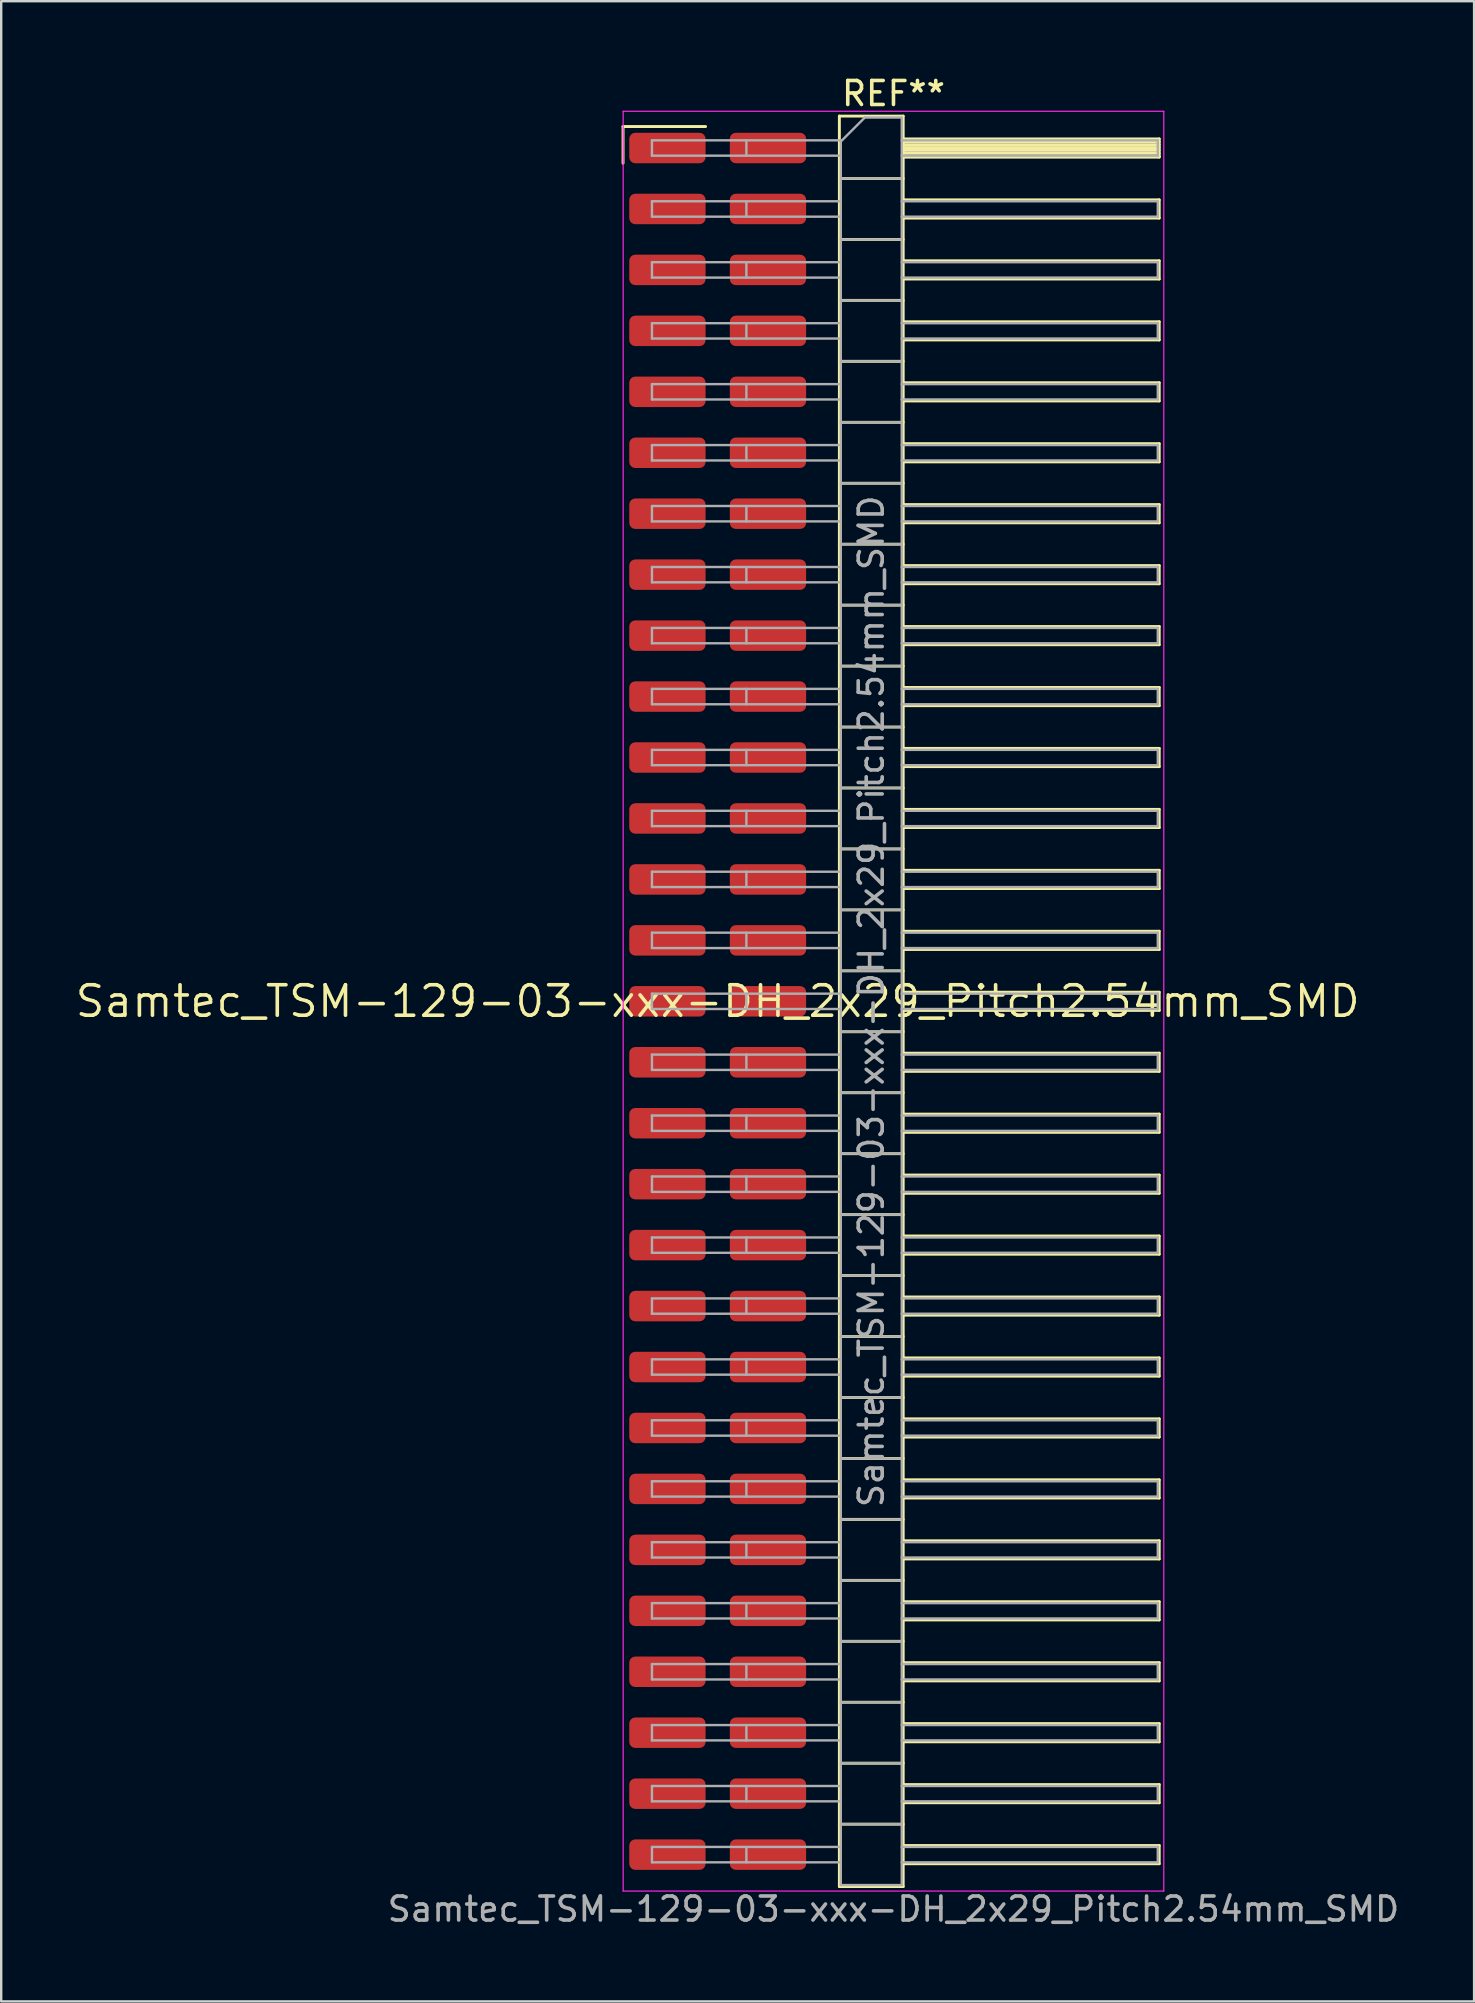
<source format=kicad_pcb>
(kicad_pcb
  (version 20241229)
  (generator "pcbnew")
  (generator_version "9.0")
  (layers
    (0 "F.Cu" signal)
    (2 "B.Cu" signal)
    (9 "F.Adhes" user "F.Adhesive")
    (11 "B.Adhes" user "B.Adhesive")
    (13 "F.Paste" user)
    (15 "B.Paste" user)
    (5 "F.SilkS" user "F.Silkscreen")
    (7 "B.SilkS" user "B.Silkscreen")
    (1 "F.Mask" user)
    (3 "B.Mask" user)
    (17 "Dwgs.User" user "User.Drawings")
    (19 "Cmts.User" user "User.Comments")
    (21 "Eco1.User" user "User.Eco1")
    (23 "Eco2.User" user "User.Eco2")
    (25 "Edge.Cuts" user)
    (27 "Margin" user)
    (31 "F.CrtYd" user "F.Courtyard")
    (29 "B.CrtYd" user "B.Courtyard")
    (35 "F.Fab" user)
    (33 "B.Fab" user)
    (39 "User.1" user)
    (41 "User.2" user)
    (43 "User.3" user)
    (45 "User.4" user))
  (footprint "Samtec_TSM-129-03-xxx-DH_2x29_Pitch2.54mm_SMD"
    (layer "F.Cu")
    (at 26.859 38.678)
    (property "Reference" "Samtec_TSM-129-03-xxx-DH_2x29_Pitch2.54mm_SMD" (at 0 0 0) (layer "F.SilkS") (effects (font (size 1.27 1.27) (thickness 0.15))))
    (attr smd)
    (fp_line (start -3.945 -36.455) (end -0.505 -36.455) (stroke (width 0.12) (type solid)) (layer "F.SilkS"))
    (fp_line (start -3.945 -34.925) (end -3.945 -36.455) (stroke (width 0.12) (type solid)) (layer "F.SilkS"))
    (fp_line (start 5.07 -36.89) (end 7.73 -36.89) (stroke (width 0.12) (type solid)) (layer "F.SilkS"))
    (fp_line (start 5.07 -34.29) (end 7.73 -34.29) (stroke (width 0.12) (type solid)) (layer "F.SilkS"))
    (fp_line (start 5.07 -31.75) (end 7.73 -31.75) (stroke (width 0.12) (type solid)) (layer "F.SilkS"))
    (fp_line (start 5.07 -29.21) (end 7.73 -29.21) (stroke (width 0.12) (type solid)) (layer "F.SilkS"))
    (fp_line (start 5.07 -26.67) (end 7.73 -26.67) (stroke (width 0.12) (type solid)) (layer "F.SilkS"))
    (fp_line (start 5.07 -24.13) (end 7.73 -24.13) (stroke (width 0.12) (type solid)) (layer "F.SilkS"))
    (fp_line (start 5.07 -21.59) (end 7.73 -21.59) (stroke (width 0.12) (type solid)) (layer "F.SilkS"))
    (fp_line (start 5.07 -19.05) (end 7.73 -19.05) (stroke (width 0.12) (type solid)) (layer "F.SilkS"))
    (fp_line (start 5.07 -16.51) (end 7.73 -16.51) (stroke (width 0.12) (type solid)) (layer "F.SilkS"))
    (fp_line (start 5.07 -13.97) (end 7.73 -13.97) (stroke (width 0.12) (type solid)) (layer "F.SilkS"))
    (fp_line (start 5.07 -11.43) (end 7.73 -11.43) (stroke (width 0.12) (type solid)) (layer "F.SilkS"))
    (fp_line (start 5.07 -8.89) (end 7.73 -8.89) (stroke (width 0.12) (type solid)) (layer "F.SilkS"))
    (fp_line (start 5.07 -6.35) (end 7.73 -6.35) (stroke (width 0.12) (type solid)) (layer "F.SilkS"))
    (fp_line (start 5.07 -3.81) (end 7.73 -3.81) (stroke (width 0.12) (type solid)) (layer "F.SilkS"))
    (fp_line (start 5.07 -1.27) (end 7.73 -1.27) (stroke (width 0.12) (type solid)) (layer "F.SilkS"))
    (fp_line (start 5.07 1.27) (end 7.73 1.27) (stroke (width 0.12) (type solid)) (layer "F.SilkS"))
    (fp_line (start 5.07 3.81) (end 7.73 3.81) (stroke (width 0.12) (type solid)) (layer "F.SilkS"))
    (fp_line (start 5.07 6.35) (end 7.73 6.35) (stroke (width 0.12) (type solid)) (layer "F.SilkS"))
    (fp_line (start 5.07 8.89) (end 7.73 8.89) (stroke (width 0.12) (type solid)) (layer "F.SilkS"))
    (fp_line (start 5.07 11.43) (end 7.73 11.43) (stroke (width 0.12) (type solid)) (layer "F.SilkS"))
    (fp_line (start 5.07 13.97) (end 7.73 13.97) (stroke (width 0.12) (type solid)) (layer "F.SilkS"))
    (fp_line (start 5.07 16.51) (end 7.73 16.51) (stroke (width 0.12) (type solid)) (layer "F.SilkS"))
    (fp_line (start 5.07 19.05) (end 7.73 19.05) (stroke (width 0.12) (type solid)) (layer "F.SilkS"))
    (fp_line (start 5.07 21.59) (end 7.73 21.59) (stroke (width 0.12) (type solid)) (layer "F.SilkS"))
    (fp_line (start 5.07 24.13) (end 7.73 24.13) (stroke (width 0.12) (type solid)) (layer "F.SilkS"))
    (fp_line (start 5.07 26.67) (end 7.73 26.67) (stroke (width 0.12) (type solid)) (layer "F.SilkS"))
    (fp_line (start 5.07 29.21) (end 7.73 29.21) (stroke (width 0.12) (type solid)) (layer "F.SilkS"))
    (fp_line (start 5.07 31.75) (end 7.73 31.75) (stroke (width 0.12) (type solid)) (layer "F.SilkS"))
    (fp_line (start 5.07 34.29) (end 7.73 34.29) (stroke (width 0.12) (type solid)) (layer "F.SilkS"))
    (fp_line (start 5.07 36.89) (end 5.07 -36.89) (stroke (width 0.12) (type solid)) (layer "F.SilkS"))
    (fp_line (start 7.73 -36.89) (end 7.73 36.89) (stroke (width 0.12) (type solid)) (layer "F.SilkS"))
    (fp_line (start 7.73 -35.94) (end 18.4 -35.94) (stroke (width 0.12) (type solid)) (layer "F.SilkS"))
    (fp_line (start 7.73 -35.82) (end 18.4 -35.82) (stroke (width 0.12) (type solid)) (layer "F.SilkS"))
    (fp_line (start 7.73 -35.7) (end 18.4 -35.7) (stroke (width 0.12) (type solid)) (layer "F.SilkS"))
    (fp_line (start 7.73 -35.58) (end 18.4 -35.58) (stroke (width 0.12) (type solid)) (layer "F.SilkS"))
    (fp_line (start 7.73 -35.46) (end 18.4 -35.46) (stroke (width 0.12) (type solid)) (layer "F.SilkS"))
    (fp_line (start 7.73 -35.34) (end 18.4 -35.34) (stroke (width 0.12) (type solid)) (layer "F.SilkS"))
    (fp_line (start 7.73 -35.22) (end 18.4 -35.22) (stroke (width 0.12) (type solid)) (layer "F.SilkS"))
    (fp_line (start 7.73 -35.18) (end 18.4 -35.18) (stroke (width 0.12) (type solid)) (layer "F.SilkS"))
    (fp_line (start 7.73 -33.4) (end 18.4 -33.4) (stroke (width 0.12) (type solid)) (layer "F.SilkS"))
    (fp_line (start 7.73 -32.64) (end 18.4 -32.64) (stroke (width 0.12) (type solid)) (layer "F.SilkS"))
    (fp_line (start 7.73 -30.86) (end 18.4 -30.86) (stroke (width 0.12) (type solid)) (layer "F.SilkS"))
    (fp_line (start 7.73 -30.1) (end 18.4 -30.1) (stroke (width 0.12) (type solid)) (layer "F.SilkS"))
    (fp_line (start 7.73 -28.32) (end 18.4 -28.32) (stroke (width 0.12) (type solid)) (layer "F.SilkS"))
    (fp_line (start 7.73 -27.56) (end 18.4 -27.56) (stroke (width 0.12) (type solid)) (layer "F.SilkS"))
    (fp_line (start 7.73 -25.78) (end 18.4 -25.78) (stroke (width 0.12) (type solid)) (layer "F.SilkS"))
    (fp_line (start 7.73 -25.02) (end 18.4 -25.02) (stroke (width 0.12) (type solid)) (layer "F.SilkS"))
    (fp_line (start 7.73 -23.24) (end 18.4 -23.24) (stroke (width 0.12) (type solid)) (layer "F.SilkS"))
    (fp_line (start 7.73 -22.48) (end 18.4 -22.48) (stroke (width 0.12) (type solid)) (layer "F.SilkS"))
    (fp_line (start 7.73 -20.7) (end 18.4 -20.7) (stroke (width 0.12) (type solid)) (layer "F.SilkS"))
    (fp_line (start 7.73 -19.94) (end 18.4 -19.94) (stroke (width 0.12) (type solid)) (layer "F.SilkS"))
    (fp_line (start 7.73 -18.16) (end 18.4 -18.16) (stroke (width 0.12) (type solid)) (layer "F.SilkS"))
    (fp_line (start 7.73 -17.4) (end 18.4 -17.4) (stroke (width 0.12) (type solid)) (layer "F.SilkS"))
    (fp_line (start 7.73 -15.62) (end 18.4 -15.62) (stroke (width 0.12) (type solid)) (layer "F.SilkS"))
    (fp_line (start 7.73 -14.86) (end 18.4 -14.86) (stroke (width 0.12) (type solid)) (layer "F.SilkS"))
    (fp_line (start 7.73 -13.08) (end 18.4 -13.08) (stroke (width 0.12) (type solid)) (layer "F.SilkS"))
    (fp_line (start 7.73 -12.32) (end 18.4 -12.32) (stroke (width 0.12) (type solid)) (layer "F.SilkS"))
    (fp_line (start 7.73 -10.54) (end 18.4 -10.54) (stroke (width 0.12) (type solid)) (layer "F.SilkS"))
    (fp_line (start 7.73 -9.78) (end 18.4 -9.78) (stroke (width 0.12) (type solid)) (layer "F.SilkS"))
    (fp_line (start 7.73 -8) (end 18.4 -8) (stroke (width 0.12) (type solid)) (layer "F.SilkS"))
    (fp_line (start 7.73 -7.24) (end 18.4 -7.24) (stroke (width 0.12) (type solid)) (layer "F.SilkS"))
    (fp_line (start 7.73 -5.46) (end 18.4 -5.46) (stroke (width 0.12) (type solid)) (layer "F.SilkS"))
    (fp_line (start 7.73 -4.7) (end 18.4 -4.7) (stroke (width 0.12) (type solid)) (layer "F.SilkS"))
    (fp_line (start 7.73 -2.92) (end 18.4 -2.92) (stroke (width 0.12) (type solid)) (layer "F.SilkS"))
    (fp_line (start 7.73 -2.16) (end 18.4 -2.16) (stroke (width 0.12) (type solid)) (layer "F.SilkS"))
    (fp_line (start 7.73 -0.38) (end 18.4 -0.38) (stroke (width 0.12) (type solid)) (layer "F.SilkS"))
    (fp_line (start 7.73 0.38) (end 18.4 0.38) (stroke (width 0.12) (type solid)) (layer "F.SilkS"))
    (fp_line (start 7.73 2.16) (end 18.4 2.16) (stroke (width 0.12) (type solid)) (layer "F.SilkS"))
    (fp_line (start 7.73 2.92) (end 18.4 2.92) (stroke (width 0.12) (type solid)) (layer "F.SilkS"))
    (fp_line (start 7.73 4.7) (end 18.4 4.7) (stroke (width 0.12) (type solid)) (layer "F.SilkS"))
    (fp_line (start 7.73 5.46) (end 18.4 5.46) (stroke (width 0.12) (type solid)) (layer "F.SilkS"))
    (fp_line (start 7.73 7.24) (end 18.4 7.24) (stroke (width 0.12) (type solid)) (layer "F.SilkS"))
    (fp_line (start 7.73 8) (end 18.4 8) (stroke (width 0.12) (type solid)) (layer "F.SilkS"))
    (fp_line (start 7.73 9.78) (end 18.4 9.78) (stroke (width 0.12) (type solid)) (layer "F.SilkS"))
    (fp_line (start 7.73 10.54) (end 18.4 10.54) (stroke (width 0.12) (type solid)) (layer "F.SilkS"))
    (fp_line (start 7.73 12.32) (end 18.4 12.32) (stroke (width 0.12) (type solid)) (layer "F.SilkS"))
    (fp_line (start 7.73 13.08) (end 18.4 13.08) (stroke (width 0.12) (type solid)) (layer "F.SilkS"))
    (fp_line (start 7.73 14.86) (end 18.4 14.86) (stroke (width 0.12) (type solid)) (layer "F.SilkS"))
    (fp_line (start 7.73 15.62) (end 18.4 15.62) (stroke (width 0.12) (type solid)) (layer "F.SilkS"))
    (fp_line (start 7.73 17.4) (end 18.4 17.4) (stroke (width 0.12) (type solid)) (layer "F.SilkS"))
    (fp_line (start 7.73 18.16) (end 18.4 18.16) (stroke (width 0.12) (type solid)) (layer "F.SilkS"))
    (fp_line (start 7.73 19.94) (end 18.4 19.94) (stroke (width 0.12) (type solid)) (layer "F.SilkS"))
    (fp_line (start 7.73 20.7) (end 18.4 20.7) (stroke (width 0.12) (type solid)) (layer "F.SilkS"))
    (fp_line (start 7.73 22.48) (end 18.4 22.48) (stroke (width 0.12) (type solid)) (layer "F.SilkS"))
    (fp_line (start 7.73 23.24) (end 18.4 23.24) (stroke (width 0.12) (type solid)) (layer "F.SilkS"))
    (fp_line (start 7.73 25.02) (end 18.4 25.02) (stroke (width 0.12) (type solid)) (layer "F.SilkS"))
    (fp_line (start 7.73 25.78) (end 18.4 25.78) (stroke (width 0.12) (type solid)) (layer "F.SilkS"))
    (fp_line (start 7.73 27.56) (end 18.4 27.56) (stroke (width 0.12) (type solid)) (layer "F.SilkS"))
    (fp_line (start 7.73 28.32) (end 18.4 28.32) (stroke (width 0.12) (type solid)) (layer "F.SilkS"))
    (fp_line (start 7.73 30.1) (end 18.4 30.1) (stroke (width 0.12) (type solid)) (layer "F.SilkS"))
    (fp_line (start 7.73 30.86) (end 18.4 30.86) (stroke (width 0.12) (type solid)) (layer "F.SilkS"))
    (fp_line (start 7.73 32.64) (end 18.4 32.64) (stroke (width 0.12) (type solid)) (layer "F.SilkS"))
    (fp_line (start 7.73 33.4) (end 18.4 33.4) (stroke (width 0.12) (type solid)) (layer "F.SilkS"))
    (fp_line (start 7.73 35.18) (end 18.4 35.18) (stroke (width 0.12) (type solid)) (layer "F.SilkS"))
    (fp_line (start 7.73 35.94) (end 18.4 35.94) (stroke (width 0.12) (type solid)) (layer "F.SilkS"))
    (fp_line (start 7.73 36.89) (end 5.07 36.89) (stroke (width 0.12) (type solid)) (layer "F.SilkS"))
    (fp_line (start 18.4 -35.94) (end 18.4 -35.18) (stroke (width 0.12) (type solid)) (layer "F.SilkS"))
    (fp_line (start 18.4 -33.4) (end 18.4 -32.64) (stroke (width 0.12) (type solid)) (layer "F.SilkS"))
    (fp_line (start 18.4 -30.86) (end 18.4 -30.1) (stroke (width 0.12) (type solid)) (layer "F.SilkS"))
    (fp_line (start 18.4 -28.32) (end 18.4 -27.56) (stroke (width 0.12) (type solid)) (layer "F.SilkS"))
    (fp_line (start 18.4 -25.78) (end 18.4 -25.02) (stroke (width 0.12) (type solid)) (layer "F.SilkS"))
    (fp_line (start 18.4 -23.24) (end 18.4 -22.48) (stroke (width 0.12) (type solid)) (layer "F.SilkS"))
    (fp_line (start 18.4 -20.7) (end 18.4 -19.94) (stroke (width 0.12) (type solid)) (layer "F.SilkS"))
    (fp_line (start 18.4 -18.16) (end 18.4 -17.4) (stroke (width 0.12) (type solid)) (layer "F.SilkS"))
    (fp_line (start 18.4 -15.62) (end 18.4 -14.86) (stroke (width 0.12) (type solid)) (layer "F.SilkS"))
    (fp_line (start 18.4 -13.08) (end 18.4 -12.32) (stroke (width 0.12) (type solid)) (layer "F.SilkS"))
    (fp_line (start 18.4 -10.54) (end 18.4 -9.78) (stroke (width 0.12) (type solid)) (layer "F.SilkS"))
    (fp_line (start 18.4 -8) (end 18.4 -7.24) (stroke (width 0.12) (type solid)) (layer "F.SilkS"))
    (fp_line (start 18.4 -5.46) (end 18.4 -4.7) (stroke (width 0.12) (type solid)) (layer "F.SilkS"))
    (fp_line (start 18.4 -2.92) (end 18.4 -2.16) (stroke (width 0.12) (type solid)) (layer "F.SilkS"))
    (fp_line (start 18.4 -0.38) (end 18.4 0.38) (stroke (width 0.12) (type solid)) (layer "F.SilkS"))
    (fp_line (start 18.4 2.16) (end 18.4 2.92) (stroke (width 0.12) (type solid)) (layer "F.SilkS"))
    (fp_line (start 18.4 4.7) (end 18.4 5.46) (stroke (width 0.12) (type solid)) (layer "F.SilkS"))
    (fp_line (start 18.4 7.24) (end 18.4 8) (stroke (width 0.12) (type solid)) (layer "F.SilkS"))
    (fp_line (start 18.4 9.78) (end 18.4 10.54) (stroke (width 0.12) (type solid)) (layer "F.SilkS"))
    (fp_line (start 18.4 12.32) (end 18.4 13.08) (stroke (width 0.12) (type solid)) (layer "F.SilkS"))
    (fp_line (start 18.4 14.86) (end 18.4 15.62) (stroke (width 0.12) (type solid)) (layer "F.SilkS"))
    (fp_line (start 18.4 17.4) (end 18.4 18.16) (stroke (width 0.12) (type solid)) (layer "F.SilkS"))
    (fp_line (start 18.4 19.94) (end 18.4 20.7) (stroke (width 0.12) (type solid)) (layer "F.SilkS"))
    (fp_line (start 18.4 22.48) (end 18.4 23.24) (stroke (width 0.12) (type solid)) (layer "F.SilkS"))
    (fp_line (start 18.4 25.02) (end 18.4 25.78) (stroke (width 0.12) (type solid)) (layer "F.SilkS"))
    (fp_line (start 18.4 27.56) (end 18.4 28.32) (stroke (width 0.12) (type solid)) (layer "F.SilkS"))
    (fp_line (start 18.4 30.1) (end 18.4 30.86) (stroke (width 0.12) (type solid)) (layer "F.SilkS"))
    (fp_line (start 18.4 32.64) (end 18.4 33.4) (stroke (width 0.12) (type solid)) (layer "F.SilkS"))
    (fp_line (start 18.4 35.18) (end 18.4 35.94) (stroke (width 0.12) (type solid)) (layer "F.SilkS"))
    (fp_line (start -3.94 -37.09) (end 18.59 -37.09) (stroke (width 0.05) (type solid)) (layer "F.CrtYd"))
    (fp_line (start -3.94 37.08) (end -3.94 -37.09) (stroke (width 0.05) (type solid)) (layer "F.CrtYd"))
    (fp_line (start 18.59 -37.09) (end 18.59 37.08) (stroke (width 0.05) (type solid)) (layer "F.CrtYd"))
    (fp_line (start 18.59 37.08) (end -3.94 37.08) (stroke (width 0.05) (type solid)) (layer "F.CrtYd"))
    (fp_line (start -2.74 -35.88) (end -2.74 -35.24) (stroke (width 0.1) (type solid)) (layer "F.Fab"))
    (fp_line (start -2.74 -35.88) (end 5.13 -35.88) (stroke (width 0.1) (type solid)) (layer "F.Fab"))
    (fp_line (start -2.74 -35.24) (end 5.13 -35.24) (stroke (width 0.1) (type solid)) (layer "F.Fab"))
    (fp_line (start -2.74 -33.34) (end -2.74 -32.7) (stroke (width 0.1) (type solid)) (layer "F.Fab"))
    (fp_line (start -2.74 -33.34) (end 5.13 -33.34) (stroke (width 0.1) (type solid)) (layer "F.Fab"))
    (fp_line (start -2.74 -32.7) (end 5.13 -32.7) (stroke (width 0.1) (type solid)) (layer "F.Fab"))
    (fp_line (start -2.74 -30.8) (end -2.74 -30.16) (stroke (width 0.1) (type solid)) (layer "F.Fab"))
    (fp_line (start -2.74 -30.8) (end 5.13 -30.8) (stroke (width 0.1) (type solid)) (layer "F.Fab"))
    (fp_line (start -2.74 -30.16) (end 5.13 -30.16) (stroke (width 0.1) (type solid)) (layer "F.Fab"))
    (fp_line (start -2.74 -28.26) (end -2.74 -27.62) (stroke (width 0.1) (type solid)) (layer "F.Fab"))
    (fp_line (start -2.74 -28.26) (end 5.13 -28.26) (stroke (width 0.1) (type solid)) (layer "F.Fab"))
    (fp_line (start -2.74 -27.62) (end 5.13 -27.62) (stroke (width 0.1) (type solid)) (layer "F.Fab"))
    (fp_line (start -2.74 -25.72) (end -2.74 -25.08) (stroke (width 0.1) (type solid)) (layer "F.Fab"))
    (fp_line (start -2.74 -25.72) (end 5.13 -25.72) (stroke (width 0.1) (type solid)) (layer "F.Fab"))
    (fp_line (start -2.74 -25.08) (end 5.13 -25.08) (stroke (width 0.1) (type solid)) (layer "F.Fab"))
    (fp_line (start -2.74 -23.18) (end -2.74 -22.54) (stroke (width 0.1) (type solid)) (layer "F.Fab"))
    (fp_line (start -2.74 -23.18) (end 5.13 -23.18) (stroke (width 0.1) (type solid)) (layer "F.Fab"))
    (fp_line (start -2.74 -22.54) (end 5.13 -22.54) (stroke (width 0.1) (type solid)) (layer "F.Fab"))
    (fp_line (start -2.74 -20.64) (end -2.74 -20) (stroke (width 0.1) (type solid)) (layer "F.Fab"))
    (fp_line (start -2.74 -20.64) (end 5.13 -20.64) (stroke (width 0.1) (type solid)) (layer "F.Fab"))
    (fp_line (start -2.74 -20) (end 5.13 -20) (stroke (width 0.1) (type solid)) (layer "F.Fab"))
    (fp_line (start -2.74 -18.1) (end -2.74 -17.46) (stroke (width 0.1) (type solid)) (layer "F.Fab"))
    (fp_line (start -2.74 -18.1) (end 5.13 -18.1) (stroke (width 0.1) (type solid)) (layer "F.Fab"))
    (fp_line (start -2.74 -17.46) (end 5.13 -17.46) (stroke (width 0.1) (type solid)) (layer "F.Fab"))
    (fp_line (start -2.74 -15.56) (end -2.74 -14.92) (stroke (width 0.1) (type solid)) (layer "F.Fab"))
    (fp_line (start -2.74 -15.56) (end 5.13 -15.56) (stroke (width 0.1) (type solid)) (layer "F.Fab"))
    (fp_line (start -2.74 -14.92) (end 5.13 -14.92) (stroke (width 0.1) (type solid)) (layer "F.Fab"))
    (fp_line (start -2.74 -13.02) (end -2.74 -12.38) (stroke (width 0.1) (type solid)) (layer "F.Fab"))
    (fp_line (start -2.74 -13.02) (end 5.13 -13.02) (stroke (width 0.1) (type solid)) (layer "F.Fab"))
    (fp_line (start -2.74 -12.38) (end 5.13 -12.38) (stroke (width 0.1) (type solid)) (layer "F.Fab"))
    (fp_line (start -2.74 -10.48) (end -2.74 -9.84) (stroke (width 0.1) (type solid)) (layer "F.Fab"))
    (fp_line (start -2.74 -10.48) (end 5.13 -10.48) (stroke (width 0.1) (type solid)) (layer "F.Fab"))
    (fp_line (start -2.74 -9.84) (end 5.13 -9.84) (stroke (width 0.1) (type solid)) (layer "F.Fab"))
    (fp_line (start -2.74 -7.94) (end -2.74 -7.3) (stroke (width 0.1) (type solid)) (layer "F.Fab"))
    (fp_line (start -2.74 -7.94) (end 5.13 -7.94) (stroke (width 0.1) (type solid)) (layer "F.Fab"))
    (fp_line (start -2.74 -7.3) (end 5.13 -7.3) (stroke (width 0.1) (type solid)) (layer "F.Fab"))
    (fp_line (start -2.74 -5.4) (end -2.74 -4.76) (stroke (width 0.1) (type solid)) (layer "F.Fab"))
    (fp_line (start -2.74 -5.4) (end 5.13 -5.4) (stroke (width 0.1) (type solid)) (layer "F.Fab"))
    (fp_line (start -2.74 -4.76) (end 5.13 -4.76) (stroke (width 0.1) (type solid)) (layer "F.Fab"))
    (fp_line (start -2.74 -2.86) (end -2.74 -2.22) (stroke (width 0.1) (type solid)) (layer "F.Fab"))
    (fp_line (start -2.74 -2.86) (end 5.13 -2.86) (stroke (width 0.1) (type solid)) (layer "F.Fab"))
    (fp_line (start -2.74 -2.22) (end 5.13 -2.22) (stroke (width 0.1) (type solid)) (layer "F.Fab"))
    (fp_line (start -2.74 -0.32) (end -2.74 0.32) (stroke (width 0.1) (type solid)) (layer "F.Fab"))
    (fp_line (start -2.74 -0.32) (end 5.13 -0.32) (stroke (width 0.1) (type solid)) (layer "F.Fab"))
    (fp_line (start -2.74 0.32) (end 5.13 0.32) (stroke (width 0.1) (type solid)) (layer "F.Fab"))
    (fp_line (start -2.74 2.22) (end -2.74 2.86) (stroke (width 0.1) (type solid)) (layer "F.Fab"))
    (fp_line (start -2.74 2.22) (end 5.13 2.22) (stroke (width 0.1) (type solid)) (layer "F.Fab"))
    (fp_line (start -2.74 2.86) (end 5.13 2.86) (stroke (width 0.1) (type solid)) (layer "F.Fab"))
    (fp_line (start -2.74 4.76) (end -2.74 5.4) (stroke (width 0.1) (type solid)) (layer "F.Fab"))
    (fp_line (start -2.74 4.76) (end 5.13 4.76) (stroke (width 0.1) (type solid)) (layer "F.Fab"))
    (fp_line (start -2.74 5.4) (end 5.13 5.4) (stroke (width 0.1) (type solid)) (layer "F.Fab"))
    (fp_line (start -2.74 7.3) (end -2.74 7.94) (stroke (width 0.1) (type solid)) (layer "F.Fab"))
    (fp_line (start -2.74 7.3) (end 5.13 7.3) (stroke (width 0.1) (type solid)) (layer "F.Fab"))
    (fp_line (start -2.74 7.94) (end 5.13 7.94) (stroke (width 0.1) (type solid)) (layer "F.Fab"))
    (fp_line (start -2.74 9.84) (end -2.74 10.48) (stroke (width 0.1) (type solid)) (layer "F.Fab"))
    (fp_line (start -2.74 9.84) (end 5.13 9.84) (stroke (width 0.1) (type solid)) (layer "F.Fab"))
    (fp_line (start -2.74 10.48) (end 5.13 10.48) (stroke (width 0.1) (type solid)) (layer "F.Fab"))
    (fp_line (start -2.74 12.38) (end -2.74 13.02) (stroke (width 0.1) (type solid)) (layer "F.Fab"))
    (fp_line (start -2.74 12.38) (end 5.13 12.38) (stroke (width 0.1) (type solid)) (layer "F.Fab"))
    (fp_line (start -2.74 13.02) (end 5.13 13.02) (stroke (width 0.1) (type solid)) (layer "F.Fab"))
    (fp_line (start -2.74 14.92) (end -2.74 15.56) (stroke (width 0.1) (type solid)) (layer "F.Fab"))
    (fp_line (start -2.74 14.92) (end 5.13 14.92) (stroke (width 0.1) (type solid)) (layer "F.Fab"))
    (fp_line (start -2.74 15.56) (end 5.13 15.56) (stroke (width 0.1) (type solid)) (layer "F.Fab"))
    (fp_line (start -2.74 17.46) (end -2.74 18.1) (stroke (width 0.1) (type solid)) (layer "F.Fab"))
    (fp_line (start -2.74 17.46) (end 5.13 17.46) (stroke (width 0.1) (type solid)) (layer "F.Fab"))
    (fp_line (start -2.74 18.1) (end 5.13 18.1) (stroke (width 0.1) (type solid)) (layer "F.Fab"))
    (fp_line (start -2.74 20) (end -2.74 20.64) (stroke (width 0.1) (type solid)) (layer "F.Fab"))
    (fp_line (start -2.74 20) (end 5.13 20) (stroke (width 0.1) (type solid)) (layer "F.Fab"))
    (fp_line (start -2.74 20.64) (end 5.13 20.64) (stroke (width 0.1) (type solid)) (layer "F.Fab"))
    (fp_line (start -2.74 22.54) (end -2.74 23.18) (stroke (width 0.1) (type solid)) (layer "F.Fab"))
    (fp_line (start -2.74 22.54) (end 5.13 22.54) (stroke (width 0.1) (type solid)) (layer "F.Fab"))
    (fp_line (start -2.74 23.18) (end 5.13 23.18) (stroke (width 0.1) (type solid)) (layer "F.Fab"))
    (fp_line (start -2.74 25.08) (end -2.74 25.72) (stroke (width 0.1) (type solid)) (layer "F.Fab"))
    (fp_line (start -2.74 25.08) (end 5.13 25.08) (stroke (width 0.1) (type solid)) (layer "F.Fab"))
    (fp_line (start -2.74 25.72) (end 5.13 25.72) (stroke (width 0.1) (type solid)) (layer "F.Fab"))
    (fp_line (start -2.74 27.62) (end -2.74 28.26) (stroke (width 0.1) (type solid)) (layer "F.Fab"))
    (fp_line (start -2.74 27.62) (end 5.13 27.62) (stroke (width 0.1) (type solid)) (layer "F.Fab"))
    (fp_line (start -2.74 28.26) (end 5.13 28.26) (stroke (width 0.1) (type solid)) (layer "F.Fab"))
    (fp_line (start -2.74 30.16) (end -2.74 30.8) (stroke (width 0.1) (type solid)) (layer "F.Fab"))
    (fp_line (start -2.74 30.16) (end 5.13 30.16) (stroke (width 0.1) (type solid)) (layer "F.Fab"))
    (fp_line (start -2.74 30.8) (end 5.13 30.8) (stroke (width 0.1) (type solid)) (layer "F.Fab"))
    (fp_line (start -2.74 32.7) (end -2.74 33.34) (stroke (width 0.1) (type solid)) (layer "F.Fab"))
    (fp_line (start -2.74 32.7) (end 5.13 32.7) (stroke (width 0.1) (type solid)) (layer "F.Fab"))
    (fp_line (start -2.74 33.34) (end 5.13 33.34) (stroke (width 0.1) (type solid)) (layer "F.Fab"))
    (fp_line (start -2.74 35.24) (end -2.74 35.88) (stroke (width 0.1) (type solid)) (layer "F.Fab"))
    (fp_line (start -2.74 35.24) (end 5.13 35.24) (stroke (width 0.1) (type solid)) (layer "F.Fab"))
    (fp_line (start -2.74 35.88) (end 5.13 35.88) (stroke (width 0.1) (type solid)) (layer "F.Fab"))
    (fp_line (start 1.195 -35.88) (end 1.195 -35.24) (stroke (width 0.1) (type solid)) (layer "F.Fab"))
    (fp_line (start 1.195 -33.34) (end 1.195 -32.7) (stroke (width 0.1) (type solid)) (layer "F.Fab"))
    (fp_line (start 1.195 -30.8) (end 1.195 -30.16) (stroke (width 0.1) (type solid)) (layer "F.Fab"))
    (fp_line (start 1.195 -28.26) (end 1.195 -27.62) (stroke (width 0.1) (type solid)) (layer "F.Fab"))
    (fp_line (start 1.195 -25.72) (end 1.195 -25.08) (stroke (width 0.1) (type solid)) (layer "F.Fab"))
    (fp_line (start 1.195 -23.18) (end 1.195 -22.54) (stroke (width 0.1) (type solid)) (layer "F.Fab"))
    (fp_line (start 1.195 -20.64) (end 1.195 -20) (stroke (width 0.1) (type solid)) (layer "F.Fab"))
    (fp_line (start 1.195 -18.1) (end 1.195 -17.46) (stroke (width 0.1) (type solid)) (layer "F.Fab"))
    (fp_line (start 1.195 -15.56) (end 1.195 -14.92) (stroke (width 0.1) (type solid)) (layer "F.Fab"))
    (fp_line (start 1.195 -13.02) (end 1.195 -12.38) (stroke (width 0.1) (type solid)) (layer "F.Fab"))
    (fp_line (start 1.195 -10.48) (end 1.195 -9.84) (stroke (width 0.1) (type solid)) (layer "F.Fab"))
    (fp_line (start 1.195 -7.94) (end 1.195 -7.3) (stroke (width 0.1) (type solid)) (layer "F.Fab"))
    (fp_line (start 1.195 -5.4) (end 1.195 -4.76) (stroke (width 0.1) (type solid)) (layer "F.Fab"))
    (fp_line (start 1.195 -2.86) (end 1.195 -2.22) (stroke (width 0.1) (type solid)) (layer "F.Fab"))
    (fp_line (start 1.195 -0.32) (end 1.195 0.32) (stroke (width 0.1) (type solid)) (layer "F.Fab"))
    (fp_line (start 1.195 2.22) (end 1.195 2.86) (stroke (width 0.1) (type solid)) (layer "F.Fab"))
    (fp_line (start 1.195 4.76) (end 1.195 5.4) (stroke (width 0.1) (type solid)) (layer "F.Fab"))
    (fp_line (start 1.195 7.3) (end 1.195 7.94) (stroke (width 0.1) (type solid)) (layer "F.Fab"))
    (fp_line (start 1.195 9.84) (end 1.195 10.48) (stroke (width 0.1) (type solid)) (layer "F.Fab"))
    (fp_line (start 1.195 12.38) (end 1.195 13.02) (stroke (width 0.1) (type solid)) (layer "F.Fab"))
    (fp_line (start 1.195 14.92) (end 1.195 15.56) (stroke (width 0.1) (type solid)) (layer "F.Fab"))
    (fp_line (start 1.195 17.46) (end 1.195 18.1) (stroke (width 0.1) (type solid)) (layer "F.Fab"))
    (fp_line (start 1.195 20) (end 1.195 20.64) (stroke (width 0.1) (type solid)) (layer "F.Fab"))
    (fp_line (start 1.195 22.54) (end 1.195 23.18) (stroke (width 0.1) (type solid)) (layer "F.Fab"))
    (fp_line (start 1.195 25.08) (end 1.195 25.72) (stroke (width 0.1) (type solid)) (layer "F.Fab"))
    (fp_line (start 1.195 27.62) (end 1.195 28.26) (stroke (width 0.1) (type solid)) (layer "F.Fab"))
    (fp_line (start 1.195 30.16) (end 1.195 30.8) (stroke (width 0.1) (type solid)) (layer "F.Fab"))
    (fp_line (start 1.195 32.7) (end 1.195 33.34) (stroke (width 0.1) (type solid)) (layer "F.Fab"))
    (fp_line (start 1.195 35.24) (end 1.195 35.88) (stroke (width 0.1) (type solid)) (layer "F.Fab"))
    (fp_line (start 5.13 -35.83) (end 6.13 -36.83) (stroke (width 0.1) (type solid)) (layer "F.Fab"))
    (fp_line (start 5.13 -34.29) (end 7.67 -34.29) (stroke (width 0.1) (type solid)) (layer "F.Fab"))
    (fp_line (start 5.13 -31.75) (end 7.67 -31.75) (stroke (width 0.1) (type solid)) (layer "F.Fab"))
    (fp_line (start 5.13 -29.21) (end 7.67 -29.21) (stroke (width 0.1) (type solid)) (layer "F.Fab"))
    (fp_line (start 5.13 -26.67) (end 7.67 -26.67) (stroke (width 0.1) (type solid)) (layer "F.Fab"))
    (fp_line (start 5.13 -24.13) (end 7.67 -24.13) (stroke (width 0.1) (type solid)) (layer "F.Fab"))
    (fp_line (start 5.13 -21.59) (end 7.67 -21.59) (stroke (width 0.1) (type solid)) (layer "F.Fab"))
    (fp_line (start 5.13 -19.05) (end 7.67 -19.05) (stroke (width 0.1) (type solid)) (layer "F.Fab"))
    (fp_line (start 5.13 -16.51) (end 7.67 -16.51) (stroke (width 0.1) (type solid)) (layer "F.Fab"))
    (fp_line (start 5.13 -13.97) (end 7.67 -13.97) (stroke (width 0.1) (type solid)) (layer "F.Fab"))
    (fp_line (start 5.13 -11.43) (end 7.67 -11.43) (stroke (width 0.1) (type solid)) (layer "F.Fab"))
    (fp_line (start 5.13 -8.89) (end 7.67 -8.89) (stroke (width 0.1) (type solid)) (layer "F.Fab"))
    (fp_line (start 5.13 -6.35) (end 7.67 -6.35) (stroke (width 0.1) (type solid)) (layer "F.Fab"))
    (fp_line (start 5.13 -3.81) (end 7.67 -3.81) (stroke (width 0.1) (type solid)) (layer "F.Fab"))
    (fp_line (start 5.13 -1.27) (end 7.67 -1.27) (stroke (width 0.1) (type solid)) (layer "F.Fab"))
    (fp_line (start 5.13 1.27) (end 7.67 1.27) (stroke (width 0.1) (type solid)) (layer "F.Fab"))
    (fp_line (start 5.13 3.81) (end 7.67 3.81) (stroke (width 0.1) (type solid)) (layer "F.Fab"))
    (fp_line (start 5.13 6.35) (end 7.67 6.35) (stroke (width 0.1) (type solid)) (layer "F.Fab"))
    (fp_line (start 5.13 8.89) (end 7.67 8.89) (stroke (width 0.1) (type solid)) (layer "F.Fab"))
    (fp_line (start 5.13 11.43) (end 7.67 11.43) (stroke (width 0.1) (type solid)) (layer "F.Fab"))
    (fp_line (start 5.13 13.97) (end 7.67 13.97) (stroke (width 0.1) (type solid)) (layer "F.Fab"))
    (fp_line (start 5.13 16.51) (end 7.67 16.51) (stroke (width 0.1) (type solid)) (layer "F.Fab"))
    (fp_line (start 5.13 19.05) (end 7.67 19.05) (stroke (width 0.1) (type solid)) (layer "F.Fab"))
    (fp_line (start 5.13 21.59) (end 7.67 21.59) (stroke (width 0.1) (type solid)) (layer "F.Fab"))
    (fp_line (start 5.13 24.13) (end 7.67 24.13) (stroke (width 0.1) (type solid)) (layer "F.Fab"))
    (fp_line (start 5.13 26.67) (end 7.67 26.67) (stroke (width 0.1) (type solid)) (layer "F.Fab"))
    (fp_line (start 5.13 29.21) (end 7.67 29.21) (stroke (width 0.1) (type solid)) (layer "F.Fab"))
    (fp_line (start 5.13 31.75) (end 7.67 31.75) (stroke (width 0.1) (type solid)) (layer "F.Fab"))
    (fp_line (start 5.13 34.29) (end 7.67 34.29) (stroke (width 0.1) (type solid)) (layer "F.Fab"))
    (fp_line (start 5.13 36.83) (end 5.13 -35.83) (stroke (width 0.1) (type solid)) (layer "F.Fab"))
    (fp_line (start 6.13 -36.83) (end 7.67 -36.83) (stroke (width 0.1) (type solid)) (layer "F.Fab"))
    (fp_line (start 7.67 -36.83) (end 7.67 36.83) (stroke (width 0.1) (type solid)) (layer "F.Fab"))
    (fp_line (start 7.67 -35.88) (end 18.34 -35.88) (stroke (width 0.1) (type solid)) (layer "F.Fab"))
    (fp_line (start 7.67 -35.24) (end 18.34 -35.24) (stroke (width 0.1) (type solid)) (layer "F.Fab"))
    (fp_line (start 7.67 -33.34) (end 18.34 -33.34) (stroke (width 0.1) (type solid)) (layer "F.Fab"))
    (fp_line (start 7.67 -32.7) (end 18.34 -32.7) (stroke (width 0.1) (type solid)) (layer "F.Fab"))
    (fp_line (start 7.67 -30.8) (end 18.34 -30.8) (stroke (width 0.1) (type solid)) (layer "F.Fab"))
    (fp_line (start 7.67 -30.16) (end 18.34 -30.16) (stroke (width 0.1) (type solid)) (layer "F.Fab"))
    (fp_line (start 7.67 -28.26) (end 18.34 -28.26) (stroke (width 0.1) (type solid)) (layer "F.Fab"))
    (fp_line (start 7.67 -27.62) (end 18.34 -27.62) (stroke (width 0.1) (type solid)) (layer "F.Fab"))
    (fp_line (start 7.67 -25.72) (end 18.34 -25.72) (stroke (width 0.1) (type solid)) (layer "F.Fab"))
    (fp_line (start 7.67 -25.08) (end 18.34 -25.08) (stroke (width 0.1) (type solid)) (layer "F.Fab"))
    (fp_line (start 7.67 -23.18) (end 18.34 -23.18) (stroke (width 0.1) (type solid)) (layer "F.Fab"))
    (fp_line (start 7.67 -22.54) (end 18.34 -22.54) (stroke (width 0.1) (type solid)) (layer "F.Fab"))
    (fp_line (start 7.67 -20.64) (end 18.34 -20.64) (stroke (width 0.1) (type solid)) (layer "F.Fab"))
    (fp_line (start 7.67 -20) (end 18.34 -20) (stroke (width 0.1) (type solid)) (layer "F.Fab"))
    (fp_line (start 7.67 -18.1) (end 18.34 -18.1) (stroke (width 0.1) (type solid)) (layer "F.Fab"))
    (fp_line (start 7.67 -17.46) (end 18.34 -17.46) (stroke (width 0.1) (type solid)) (layer "F.Fab"))
    (fp_line (start 7.67 -15.56) (end 18.34 -15.56) (stroke (width 0.1) (type solid)) (layer "F.Fab"))
    (fp_line (start 7.67 -14.92) (end 18.34 -14.92) (stroke (width 0.1) (type solid)) (layer "F.Fab"))
    (fp_line (start 7.67 -13.02) (end 18.34 -13.02) (stroke (width 0.1) (type solid)) (layer "F.Fab"))
    (fp_line (start 7.67 -12.38) (end 18.34 -12.38) (stroke (width 0.1) (type solid)) (layer "F.Fab"))
    (fp_line (start 7.67 -10.48) (end 18.34 -10.48) (stroke (width 0.1) (type solid)) (layer "F.Fab"))
    (fp_line (start 7.67 -9.84) (end 18.34 -9.84) (stroke (width 0.1) (type solid)) (layer "F.Fab"))
    (fp_line (start 7.67 -7.94) (end 18.34 -7.94) (stroke (width 0.1) (type solid)) (layer "F.Fab"))
    (fp_line (start 7.67 -7.3) (end 18.34 -7.3) (stroke (width 0.1) (type solid)) (layer "F.Fab"))
    (fp_line (start 7.67 -5.4) (end 18.34 -5.4) (stroke (width 0.1) (type solid)) (layer "F.Fab"))
    (fp_line (start 7.67 -4.76) (end 18.34 -4.76) (stroke (width 0.1) (type solid)) (layer "F.Fab"))
    (fp_line (start 7.67 -2.86) (end 18.34 -2.86) (stroke (width 0.1) (type solid)) (layer "F.Fab"))
    (fp_line (start 7.67 -2.22) (end 18.34 -2.22) (stroke (width 0.1) (type solid)) (layer "F.Fab"))
    (fp_line (start 7.67 -0.32) (end 18.34 -0.32) (stroke (width 0.1) (type solid)) (layer "F.Fab"))
    (fp_line (start 7.67 0.32) (end 18.34 0.32) (stroke (width 0.1) (type solid)) (layer "F.Fab"))
    (fp_line (start 7.67 2.22) (end 18.34 2.22) (stroke (width 0.1) (type solid)) (layer "F.Fab"))
    (fp_line (start 7.67 2.86) (end 18.34 2.86) (stroke (width 0.1) (type solid)) (layer "F.Fab"))
    (fp_line (start 7.67 4.76) (end 18.34 4.76) (stroke (width 0.1) (type solid)) (layer "F.Fab"))
    (fp_line (start 7.67 5.4) (end 18.34 5.4) (stroke (width 0.1) (type solid)) (layer "F.Fab"))
    (fp_line (start 7.67 7.3) (end 18.34 7.3) (stroke (width 0.1) (type solid)) (layer "F.Fab"))
    (fp_line (start 7.67 7.94) (end 18.34 7.94) (stroke (width 0.1) (type solid)) (layer "F.Fab"))
    (fp_line (start 7.67 9.84) (end 18.34 9.84) (stroke (width 0.1) (type solid)) (layer "F.Fab"))
    (fp_line (start 7.67 10.48) (end 18.34 10.48) (stroke (width 0.1) (type solid)) (layer "F.Fab"))
    (fp_line (start 7.67 12.38) (end 18.34 12.38) (stroke (width 0.1) (type solid)) (layer "F.Fab"))
    (fp_line (start 7.67 13.02) (end 18.34 13.02) (stroke (width 0.1) (type solid)) (layer "F.Fab"))
    (fp_line (start 7.67 14.92) (end 18.34 14.92) (stroke (width 0.1) (type solid)) (layer "F.Fab"))
    (fp_line (start 7.67 15.56) (end 18.34 15.56) (stroke (width 0.1) (type solid)) (layer "F.Fab"))
    (fp_line (start 7.67 17.46) (end 18.34 17.46) (stroke (width 0.1) (type solid)) (layer "F.Fab"))
    (fp_line (start 7.67 18.1) (end 18.34 18.1) (stroke (width 0.1) (type solid)) (layer "F.Fab"))
    (fp_line (start 7.67 20) (end 18.34 20) (stroke (width 0.1) (type solid)) (layer "F.Fab"))
    (fp_line (start 7.67 20.64) (end 18.34 20.64) (stroke (width 0.1) (type solid)) (layer "F.Fab"))
    (fp_line (start 7.67 22.54) (end 18.34 22.54) (stroke (width 0.1) (type solid)) (layer "F.Fab"))
    (fp_line (start 7.67 23.18) (end 18.34 23.18) (stroke (width 0.1) (type solid)) (layer "F.Fab"))
    (fp_line (start 7.67 25.08) (end 18.34 25.08) (stroke (width 0.1) (type solid)) (layer "F.Fab"))
    (fp_line (start 7.67 25.72) (end 18.34 25.72) (stroke (width 0.1) (type solid)) (layer "F.Fab"))
    (fp_line (start 7.67 27.62) (end 18.34 27.62) (stroke (width 0.1) (type solid)) (layer "F.Fab"))
    (fp_line (start 7.67 28.26) (end 18.34 28.26) (stroke (width 0.1) (type solid)) (layer "F.Fab"))
    (fp_line (start 7.67 30.16) (end 18.34 30.16) (stroke (width 0.1) (type solid)) (layer "F.Fab"))
    (fp_line (start 7.67 30.8) (end 18.34 30.8) (stroke (width 0.1) (type solid)) (layer "F.Fab"))
    (fp_line (start 7.67 32.7) (end 18.34 32.7) (stroke (width 0.1) (type solid)) (layer "F.Fab"))
    (fp_line (start 7.67 33.34) (end 18.34 33.34) (stroke (width 0.1) (type solid)) (layer "F.Fab"))
    (fp_line (start 7.67 35.24) (end 18.34 35.24) (stroke (width 0.1) (type solid)) (layer "F.Fab"))
    (fp_line (start 7.67 35.88) (end 18.34 35.88) (stroke (width 0.1) (type solid)) (layer "F.Fab"))
    (fp_line (start 7.67 36.83) (end 5.13 36.83) (stroke (width 0.1) (type solid)) (layer "F.Fab"))
    (fp_line (start 18.34 -35.88) (end 18.34 -35.24) (stroke (width 0.1) (type solid)) (layer "F.Fab"))
    (fp_line (start 18.34 -33.34) (end 18.34 -32.7) (stroke (width 0.1) (type solid)) (layer "F.Fab"))
    (fp_line (start 18.34 -30.8) (end 18.34 -30.16) (stroke (width 0.1) (type solid)) (layer "F.Fab"))
    (fp_line (start 18.34 -28.26) (end 18.34 -27.62) (stroke (width 0.1) (type solid)) (layer "F.Fab"))
    (fp_line (start 18.34 -25.72) (end 18.34 -25.08) (stroke (width 0.1) (type solid)) (layer "F.Fab"))
    (fp_line (start 18.34 -23.18) (end 18.34 -22.54) (stroke (width 0.1) (type solid)) (layer "F.Fab"))
    (fp_line (start 18.34 -20.64) (end 18.34 -20) (stroke (width 0.1) (type solid)) (layer "F.Fab"))
    (fp_line (start 18.34 -18.1) (end 18.34 -17.46) (stroke (width 0.1) (type solid)) (layer "F.Fab"))
    (fp_line (start 18.34 -15.56) (end 18.34 -14.92) (stroke (width 0.1) (type solid)) (layer "F.Fab"))
    (fp_line (start 18.34 -13.02) (end 18.34 -12.38) (stroke (width 0.1) (type solid)) (layer "F.Fab"))
    (fp_line (start 18.34 -10.48) (end 18.34 -9.84) (stroke (width 0.1) (type solid)) (layer "F.Fab"))
    (fp_line (start 18.34 -7.94) (end 18.34 -7.3) (stroke (width 0.1) (type solid)) (layer "F.Fab"))
    (fp_line (start 18.34 -5.4) (end 18.34 -4.76) (stroke (width 0.1) (type solid)) (layer "F.Fab"))
    (fp_line (start 18.34 -2.86) (end 18.34 -2.22) (stroke (width 0.1) (type solid)) (layer "F.Fab"))
    (fp_line (start 18.34 -0.32) (end 18.34 0.32) (stroke (width 0.1) (type solid)) (layer "F.Fab"))
    (fp_line (start 18.34 2.22) (end 18.34 2.86) (stroke (width 0.1) (type solid)) (layer "F.Fab"))
    (fp_line (start 18.34 4.76) (end 18.34 5.4) (stroke (width 0.1) (type solid)) (layer "F.Fab"))
    (fp_line (start 18.34 7.3) (end 18.34 7.94) (stroke (width 0.1) (type solid)) (layer "F.Fab"))
    (fp_line (start 18.34 9.84) (end 18.34 10.48) (stroke (width 0.1) (type solid)) (layer "F.Fab"))
    (fp_line (start 18.34 12.38) (end 18.34 13.02) (stroke (width 0.1) (type solid)) (layer "F.Fab"))
    (fp_line (start 18.34 14.92) (end 18.34 15.56) (stroke (width 0.1) (type solid)) (layer "F.Fab"))
    (fp_line (start 18.34 17.46) (end 18.34 18.1) (stroke (width 0.1) (type solid)) (layer "F.Fab"))
    (fp_line (start 18.34 20) (end 18.34 20.64) (stroke (width 0.1) (type solid)) (layer "F.Fab"))
    (fp_line (start 18.34 22.54) (end 18.34 23.18) (stroke (width 0.1) (type solid)) (layer "F.Fab"))
    (fp_line (start 18.34 25.08) (end 18.34 25.72) (stroke (width 0.1) (type solid)) (layer "F.Fab"))
    (fp_line (start 18.34 27.62) (end 18.34 28.26) (stroke (width 0.1) (type solid)) (layer "F.Fab"))
    (fp_line (start 18.34 30.16) (end 18.34 30.8) (stroke (width 0.1) (type solid)) (layer "F.Fab"))
    (fp_line (start 18.34 32.7) (end 18.34 33.34) (stroke (width 0.1) (type solid)) (layer "F.Fab"))
    (fp_line (start 18.34 35.24) (end 18.34 35.88) (stroke (width 0.1) (type solid)) (layer "F.Fab"))
    (fp_text user "REF**" (at 7.325 -37.83 0) (layer "F.SilkS") (effects (font (size 1 1) (thickness 0.15))))
    (fp_text user "Samtec_TSM-129-03-xxx-DH_2x29_Pitch2.54mm_SMD" (at 7.325 37.83 0) (layer "F.Fab") (effects (font (size 1 1) (thickness 0.15))))
    (fp_text user "${REFERENCE}" (at 6.4 0 90) (layer "F.Fab") (effects (font (size 1 1) (thickness 0.15))))
    (pad "1" smd roundrect (at -2.095 -35.56) (size 3.18 1.27) (layers "F.Cu" "F.Mask" "F.Paste") (roundrect_rratio 0.197))
    (pad "2" smd roundrect (at 2.095 -35.56) (size 3.18 1.27) (layers "F.Cu" "F.Mask" "F.Paste") (roundrect_rratio 0.197))
    (pad "3" smd roundrect (at -2.095 -33.02) (size 3.18 1.27) (layers "F.Cu" "F.Mask" "F.Paste") (roundrect_rratio 0.197))
    (pad "4" smd roundrect (at 2.095 -33.02) (size 3.18 1.27) (layers "F.Cu" "F.Mask" "F.Paste") (roundrect_rratio 0.197))
    (pad "5" smd roundrect (at -2.095 -30.48) (size 3.18 1.27) (layers "F.Cu" "F.Mask" "F.Paste") (roundrect_rratio 0.197))
    (pad "6" smd roundrect (at 2.095 -30.48) (size 3.18 1.27) (layers "F.Cu" "F.Mask" "F.Paste") (roundrect_rratio 0.197))
    (pad "7" smd roundrect (at -2.095 -27.94) (size 3.18 1.27) (layers "F.Cu" "F.Mask" "F.Paste") (roundrect_rratio 0.197))
    (pad "8" smd roundrect (at 2.095 -27.94) (size 3.18 1.27) (layers "F.Cu" "F.Mask" "F.Paste") (roundrect_rratio 0.197))
    (pad "9" smd roundrect (at -2.095 -25.4) (size 3.18 1.27) (layers "F.Cu" "F.Mask" "F.Paste") (roundrect_rratio 0.197))
    (pad "10" smd roundrect (at 2.095 -25.4) (size 3.18 1.27) (layers "F.Cu" "F.Mask" "F.Paste") (roundrect_rratio 0.197))
    (pad "11" smd roundrect (at -2.095 -22.86) (size 3.18 1.27) (layers "F.Cu" "F.Mask" "F.Paste") (roundrect_rratio 0.197))
    (pad "12" smd roundrect (at 2.095 -22.86) (size 3.18 1.27) (layers "F.Cu" "F.Mask" "F.Paste") (roundrect_rratio 0.197))
    (pad "13" smd roundrect (at -2.095 -20.32) (size 3.18 1.27) (layers "F.Cu" "F.Mask" "F.Paste") (roundrect_rratio 0.197))
    (pad "14" smd roundrect (at 2.095 -20.32) (size 3.18 1.27) (layers "F.Cu" "F.Mask" "F.Paste") (roundrect_rratio 0.197))
    (pad "15" smd roundrect (at -2.095 -17.78) (size 3.18 1.27) (layers "F.Cu" "F.Mask" "F.Paste") (roundrect_rratio 0.197))
    (pad "16" smd roundrect (at 2.095 -17.78) (size 3.18 1.27) (layers "F.Cu" "F.Mask" "F.Paste") (roundrect_rratio 0.197))
    (pad "17" smd roundrect (at -2.095 -15.24) (size 3.18 1.27) (layers "F.Cu" "F.Mask" "F.Paste") (roundrect_rratio 0.197))
    (pad "18" smd roundrect (at 2.095 -15.24) (size 3.18 1.27) (layers "F.Cu" "F.Mask" "F.Paste") (roundrect_rratio 0.197))
    (pad "19" smd roundrect (at -2.095 -12.7) (size 3.18 1.27) (layers "F.Cu" "F.Mask" "F.Paste") (roundrect_rratio 0.197))
    (pad "20" smd roundrect (at 2.095 -12.7) (size 3.18 1.27) (layers "F.Cu" "F.Mask" "F.Paste") (roundrect_rratio 0.197))
    (pad "21" smd roundrect (at -2.095 -10.16) (size 3.18 1.27) (layers "F.Cu" "F.Mask" "F.Paste") (roundrect_rratio 0.197))
    (pad "22" smd roundrect (at 2.095 -10.16) (size 3.18 1.27) (layers "F.Cu" "F.Mask" "F.Paste") (roundrect_rratio 0.197))
    (pad "23" smd roundrect (at -2.095 -7.62) (size 3.18 1.27) (layers "F.Cu" "F.Mask" "F.Paste") (roundrect_rratio 0.197))
    (pad "24" smd roundrect (at 2.095 -7.62) (size 3.18 1.27) (layers "F.Cu" "F.Mask" "F.Paste") (roundrect_rratio 0.197))
    (pad "25" smd roundrect (at -2.095 -5.08) (size 3.18 1.27) (layers "F.Cu" "F.Mask" "F.Paste") (roundrect_rratio 0.197))
    (pad "26" smd roundrect (at 2.095 -5.08) (size 3.18 1.27) (layers "F.Cu" "F.Mask" "F.Paste") (roundrect_rratio 0.197))
    (pad "27" smd roundrect (at -2.095 -2.54) (size 3.18 1.27) (layers "F.Cu" "F.Mask" "F.Paste") (roundrect_rratio 0.197))
    (pad "28" smd roundrect (at 2.095 -2.54) (size 3.18 1.27) (layers "F.Cu" "F.Mask" "F.Paste") (roundrect_rratio 0.197))
    (pad "29" smd roundrect (at -2.095 0) (size 3.18 1.27) (layers "F.Cu" "F.Mask" "F.Paste") (roundrect_rratio 0.197))
    (pad "30" smd roundrect (at 2.095 0) (size 3.18 1.27) (layers "F.Cu" "F.Mask" "F.Paste") (roundrect_rratio 0.197))
    (pad "31" smd roundrect (at -2.095 2.54) (size 3.18 1.27) (layers "F.Cu" "F.Mask" "F.Paste") (roundrect_rratio 0.197))
    (pad "32" smd roundrect (at 2.095 2.54) (size 3.18 1.27) (layers "F.Cu" "F.Mask" "F.Paste") (roundrect_rratio 0.197))
    (pad "33" smd roundrect (at -2.095 5.08) (size 3.18 1.27) (layers "F.Cu" "F.Mask" "F.Paste") (roundrect_rratio 0.197))
    (pad "34" smd roundrect (at 2.095 5.08) (size 3.18 1.27) (layers "F.Cu" "F.Mask" "F.Paste") (roundrect_rratio 0.197))
    (pad "35" smd roundrect (at -2.095 7.62) (size 3.18 1.27) (layers "F.Cu" "F.Mask" "F.Paste") (roundrect_rratio 0.197))
    (pad "36" smd roundrect (at 2.095 7.62) (size 3.18 1.27) (layers "F.Cu" "F.Mask" "F.Paste") (roundrect_rratio 0.197))
    (pad "37" smd roundrect (at -2.095 10.16) (size 3.18 1.27) (layers "F.Cu" "F.Mask" "F.Paste") (roundrect_rratio 0.197))
    (pad "38" smd roundrect (at 2.095 10.16) (size 3.18 1.27) (layers "F.Cu" "F.Mask" "F.Paste") (roundrect_rratio 0.197))
    (pad "39" smd roundrect (at -2.095 12.7) (size 3.18 1.27) (layers "F.Cu" "F.Mask" "F.Paste") (roundrect_rratio 0.197))
    (pad "40" smd roundrect (at 2.095 12.7) (size 3.18 1.27) (layers "F.Cu" "F.Mask" "F.Paste") (roundrect_rratio 0.197))
    (pad "41" smd roundrect (at -2.095 15.24) (size 3.18 1.27) (layers "F.Cu" "F.Mask" "F.Paste") (roundrect_rratio 0.197))
    (pad "42" smd roundrect (at 2.095 15.24) (size 3.18 1.27) (layers "F.Cu" "F.Mask" "F.Paste") (roundrect_rratio 0.197))
    (pad "43" smd roundrect (at -2.095 17.78) (size 3.18 1.27) (layers "F.Cu" "F.Mask" "F.Paste") (roundrect_rratio 0.197))
    (pad "44" smd roundrect (at 2.095 17.78) (size 3.18 1.27) (layers "F.Cu" "F.Mask" "F.Paste") (roundrect_rratio 0.197))
    (pad "45" smd roundrect (at -2.095 20.32) (size 3.18 1.27) (layers "F.Cu" "F.Mask" "F.Paste") (roundrect_rratio 0.197))
    (pad "46" smd roundrect (at 2.095 20.32) (size 3.18 1.27) (layers "F.Cu" "F.Mask" "F.Paste") (roundrect_rratio 0.197))
    (pad "47" smd roundrect (at -2.095 22.86) (size 3.18 1.27) (layers "F.Cu" "F.Mask" "F.Paste") (roundrect_rratio 0.197))
    (pad "48" smd roundrect (at 2.095 22.86) (size 3.18 1.27) (layers "F.Cu" "F.Mask" "F.Paste") (roundrect_rratio 0.197))
    (pad "49" smd roundrect (at -2.095 25.4) (size 3.18 1.27) (layers "F.Cu" "F.Mask" "F.Paste") (roundrect_rratio 0.197))
    (pad "50" smd roundrect (at 2.095 25.4) (size 3.18 1.27) (layers "F.Cu" "F.Mask" "F.Paste") (roundrect_rratio 0.197))
    (pad "51" smd roundrect (at -2.095 27.94) (size 3.18 1.27) (layers "F.Cu" "F.Mask" "F.Paste") (roundrect_rratio 0.197))
    (pad "52" smd roundrect (at 2.095 27.94) (size 3.18 1.27) (layers "F.Cu" "F.Mask" "F.Paste") (roundrect_rratio 0.197))
    (pad "53" smd roundrect (at -2.095 30.48) (size 3.18 1.27) (layers "F.Cu" "F.Mask" "F.Paste") (roundrect_rratio 0.197))
    (pad "54" smd roundrect (at 2.095 30.48) (size 3.18 1.27) (layers "F.Cu" "F.Mask" "F.Paste") (roundrect_rratio 0.197))
    (pad "55" smd roundrect (at -2.095 33.02) (size 3.18 1.27) (layers "F.Cu" "F.Mask" "F.Paste") (roundrect_rratio 0.197))
    (pad "56" smd roundrect (at 2.095 33.02) (size 3.18 1.27) (layers "F.Cu" "F.Mask" "F.Paste") (roundrect_rratio 0.197))
    (pad "57" smd roundrect (at -2.095 35.56) (size 3.18 1.27) (layers "F.Cu" "F.Mask" "F.Paste") (roundrect_rratio 0.197))
    (pad "58" smd roundrect (at 2.095 35.56) (size 3.18 1.27) (layers "F.Cu" "F.Mask" "F.Paste") (roundrect_rratio 0.197)))
  (gr_rect
    (start -3 -3)
    (end 58.38 80.356)
    (stroke (width 0.1) (type default))
    (fill no)
    (layer "Edge.Cuts")))
</source>
